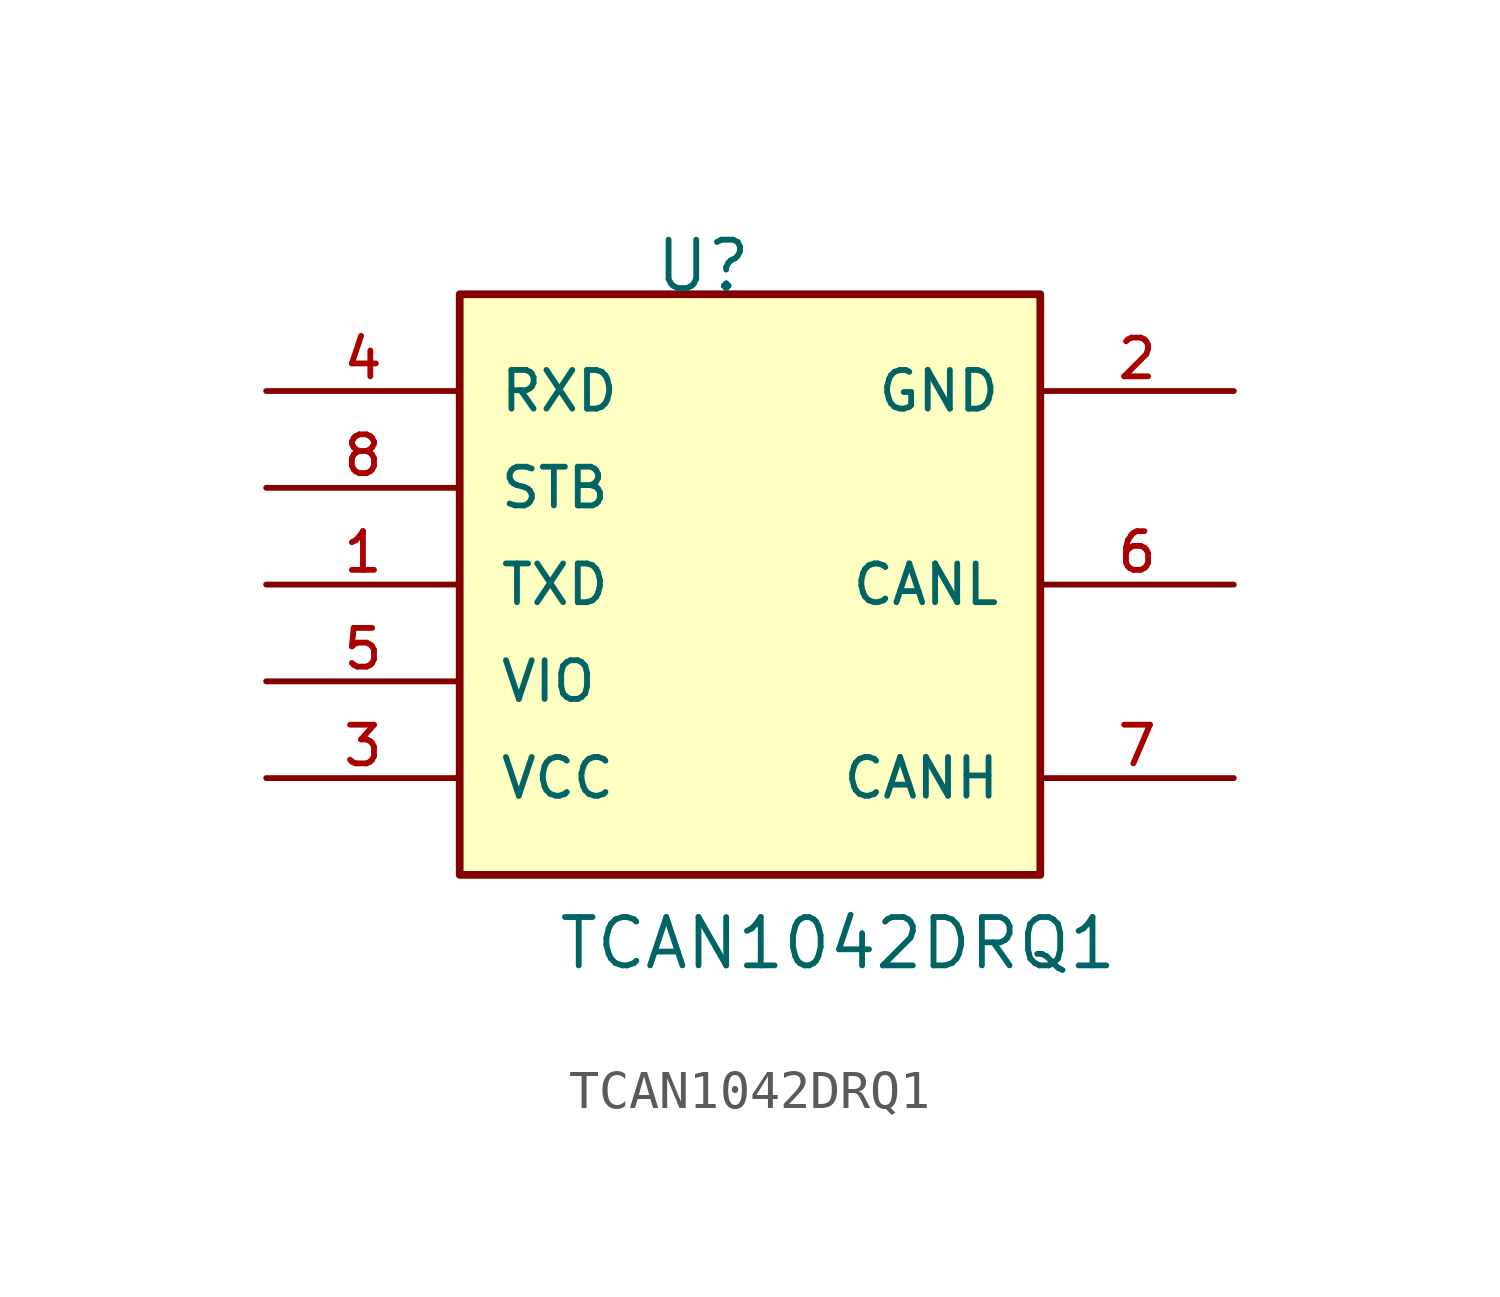
<source format=kicad_sym>
(kicad_symbol_lib
  (version 20211014)
  (generator kicad_symbol_editor)
  (symbol "TCAN1042DRQ1"
    (pin_names
      (offset 1.016))
    (property "Reference" "U"
      (at -2.54 7.62 0.0)
      (effects (font (size 1.27 1.27)) (justify bottom left)))
    (property "Value" "TCAN1042DRQ1"
      (at -5.08 -10.16 0.0)
      (effects (font (size 1.27 1.27)) (justify bottom left)))
    (symbol "TCAN1042DRQ1_0_0"
      (rectangle (start -7.62 -7.62) (end 7.62 7.62) (stroke (width 0.203)) (fill (type background)))
      (pin input line (at -12.7 0.0 0) (length 5.08) (name "TXD" (effects (font (size 1.016 1.016)))) (number "1" (effects (font (size 1.016 1.016)))))
      (pin power_in line (at 12.7 5.08 180.0) (length 5.08) (name "GND" (effects (font (size 1.016 1.016)))) (number "2" (effects (font (size 1.016 1.016)))))
      (pin power_in line (at -12.7 -5.08 0) (length 5.08) (name "VCC" (effects (font (size 1.016 1.016)))) (number "3" (effects (font (size 1.016 1.016)))))
      (pin output line (at -12.7 5.08 0) (length 5.08) (name "RXD" (effects (font (size 1.016 1.016)))) (number "4" (effects (font (size 1.016 1.016)))))
      (pin passive line (at -12.7 -2.54 0) (length 5.08) (name "VIO" (effects (font (size 1.016 1.016)))) (number "5" (effects (font (size 1.016 1.016)))))
      (pin bidirectional line (at 12.7 0.0 180.0) (length 5.08) (name "CANL" (effects (font (size 1.016 1.016)))) (number "6" (effects (font (size 1.016 1.016)))))
      (pin bidirectional line (at 12.7 -5.08 180.0) (length 5.08) (name "CANH" (effects (font (size 1.016 1.016)))) (number "7" (effects (font (size 1.016 1.016)))))
      (pin input line (at -12.7 2.54 0) (length 5.08) (name "STB" (effects (font (size 1.016 1.016)))) (number "8" (effects (font (size 1.016 1.016))))))))
</source>
